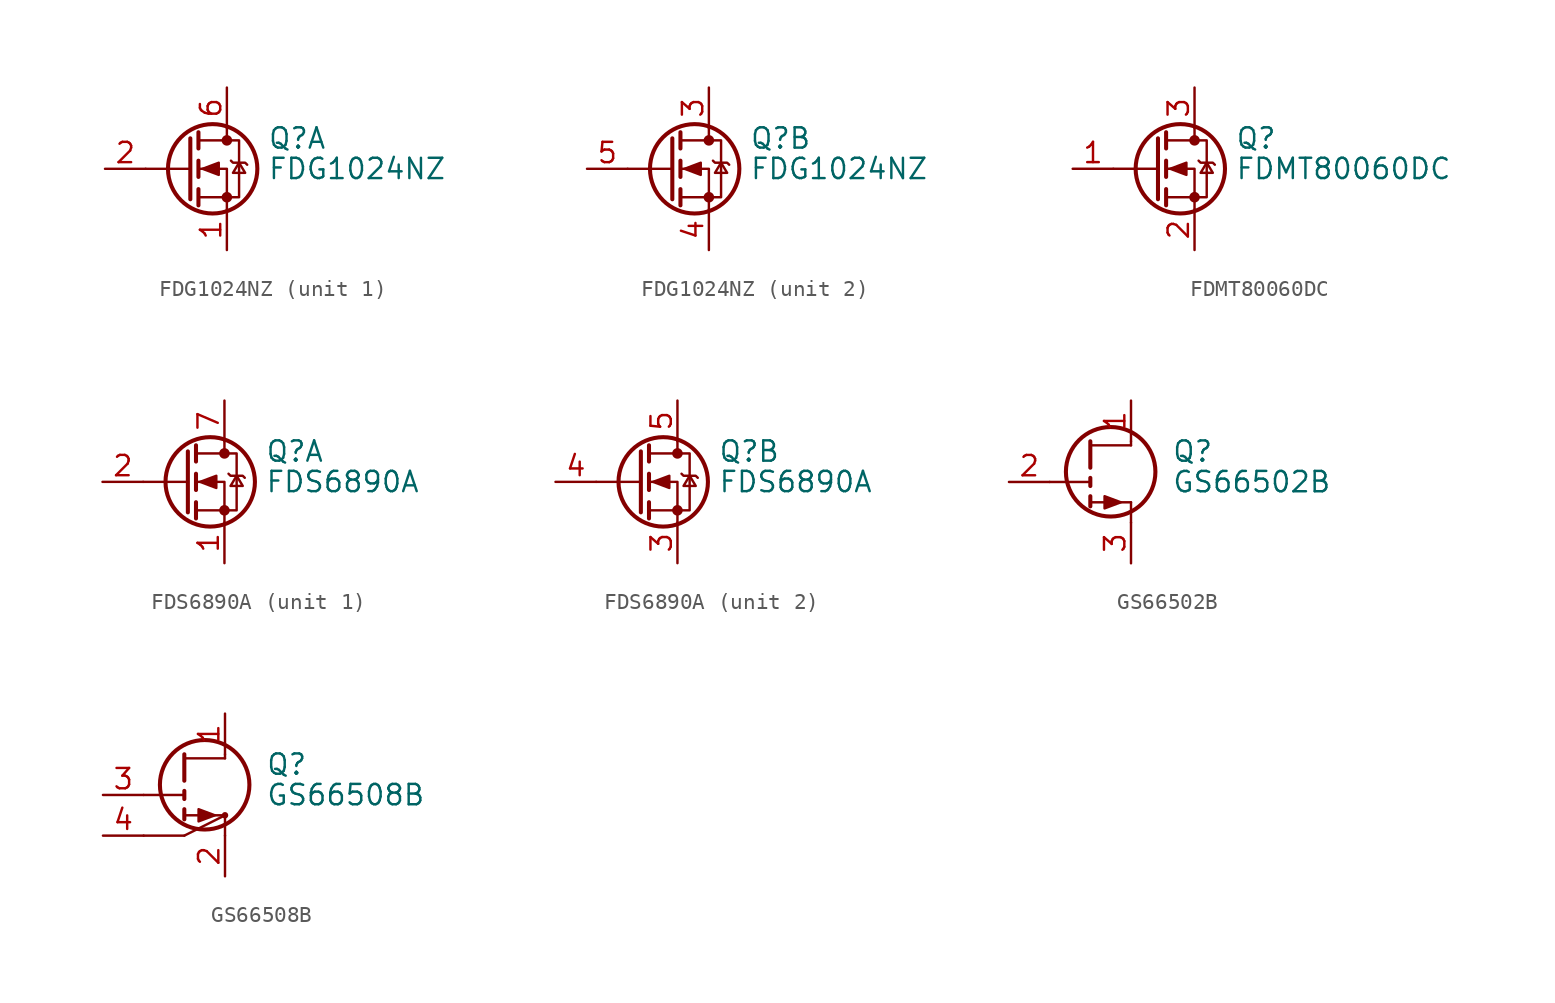
<source format=kicad_sym>
(kicad_symbol_lib
  (version 20241209)
  (generator "kicad_symbol_editor")
  (generator_version "9.0")
  (symbol "FDG1024NZ"
    (pin_names
      (hide yes))
    (property "Reference" "Q"
      (at 5.08 1.905 0)
      (effects (font (size 1.27 1.27)) (justify left)))
    (property "Value" "FDG1024NZ"
      (at 5.08 0 0)
      (effects (font (size 1.27 1.27)) (justify left)))
    (symbol "FDG1024NZ_0_1"
      (polyline (pts (xy 0.254 1.905) (xy 0.254 -1.905)) (stroke (width 0.254) (type default)) (fill (type none)))
      (polyline (pts (xy 0.254 0) (xy -2.54 0)) (stroke (width 0) (type default)) (fill (type none)))
      (polyline (pts (xy 0.762 2.286) (xy 0.762 1.27)) (stroke (width 0.254) (type default)) (fill (type none)))
      (polyline (pts (xy 0.762 0.508) (xy 0.762 -0.508)) (stroke (width 0.254) (type default)) (fill (type none)))
      (polyline (pts (xy 0.762 -1.27) (xy 0.762 -2.286)) (stroke (width 0.254) (type default)) (fill (type none)))
      (polyline (pts (xy 0.762 -1.778) (xy 3.302 -1.778) (xy 3.302 1.778) (xy 0.762 1.778)) (stroke (width 0) (type default)) (fill (type none)))
      (polyline (pts (xy 1.016 0) (xy 2.032 0.381) (xy 2.032 -0.381) (xy 1.016 0)) (stroke (width 0) (type default)) (fill (type outline)))
      (circle (center 1.651 0) (radius 2.794) (stroke (width 0.254) (type default)) (fill (type none)))
      (polyline (pts (xy 2.54 2.54) (xy 2.54 1.778)) (stroke (width 0) (type default)) (fill (type none)))
      (circle (center 2.54 1.778) (radius 0.254) (stroke (width 0) (type default)) (fill (type outline)))
      (circle (center 2.54 -1.778) (radius 0.254) (stroke (width 0) (type default)) (fill (type outline)))
      (polyline (pts (xy 2.54 -2.54) (xy 2.54 0) (xy 0.762 0)) (stroke (width 0) (type default)) (fill (type none)))
      (polyline (pts (xy 2.794 0.508) (xy 2.921 0.381) (xy 3.683 0.381) (xy 3.81 0.254)) (stroke (width 0) (type default)) (fill (type none)))
      (polyline (pts (xy 3.302 0.381) (xy 2.921 -0.254) (xy 3.683 -0.254) (xy 3.302 0.381)) (stroke (width 0) (type default)) (fill (type none))))
    (symbol "FDG1024NZ_1_1"
      (pin passive line (at -5.08 0 0) (length 2.54) (name "G" (effects (font (size 1.27 1.27)))) (number "2" (effects (font (size 1.27 1.27)))))
      (pin passive line (at 2.54 5.08 270) (length 2.54) (name "D" (effects (font (size 1.27 1.27)))) (number "6" (effects (font (size 1.27 1.27)))))
      (pin passive line (at 2.54 -5.08 90) (length 2.54) (name "S" (effects (font (size 1.27 1.27)))) (number "1" (effects (font (size 1.27 1.27))))))
    (symbol "FDG1024NZ_2_1"
      (pin passive line (at -5.08 0 0) (length 2.54) (name "G" (effects (font (size 1.27 1.27)))) (number "5" (effects (font (size 1.27 1.27)))))
      (pin passive line (at 2.54 5.08 270) (length 2.54) (name "D" (effects (font (size 1.27 1.27)))) (number "3" (effects (font (size 1.27 1.27)))))
      (pin passive line (at 2.54 -5.08 90) (length 2.54) (name "S" (effects (font (size 1.27 1.27)))) (number "4" (effects (font (size 1.27 1.27)))))))
  (symbol "FDMT80060DC"
    (pin_names
      (hide yes))
    (property "Reference" "Q"
      (at 5.08 1.905 0)
      (effects (font (size 1.27 1.27)) (justify left)))
    (property "Value" "FDMT80060DC"
      (at 5.08 0 0)
      (effects (font (size 1.27 1.27)) (justify left)))
    (symbol "FDMT80060DC_0_1"
      (polyline (pts (xy 0.254 1.905) (xy 0.254 -1.905)) (stroke (width 0.254) (type default)) (fill (type none)))
      (polyline (pts (xy 0.254 0) (xy -2.54 0)) (stroke (width 0) (type default)) (fill (type none)))
      (polyline (pts (xy 0.762 2.286) (xy 0.762 1.27)) (stroke (width 0.254) (type default)) (fill (type none)))
      (polyline (pts (xy 0.762 0.508) (xy 0.762 -0.508)) (stroke (width 0.254) (type default)) (fill (type none)))
      (polyline (pts (xy 0.762 -1.27) (xy 0.762 -2.286)) (stroke (width 0.254) (type default)) (fill (type none)))
      (polyline (pts (xy 0.762 -1.778) (xy 3.302 -1.778) (xy 3.302 1.778) (xy 0.762 1.778)) (stroke (width 0) (type default)) (fill (type none)))
      (polyline (pts (xy 1.016 0) (xy 2.032 0.381) (xy 2.032 -0.381) (xy 1.016 0)) (stroke (width 0) (type default)) (fill (type outline)))
      (circle (center 1.651 0) (radius 2.794) (stroke (width 0.254) (type default)) (fill (type none)))
      (polyline (pts (xy 2.54 2.54) (xy 2.54 1.778)) (stroke (width 0) (type default)) (fill (type none)))
      (circle (center 2.54 1.778) (radius 0.254) (stroke (width 0) (type default)) (fill (type outline)))
      (circle (center 2.54 -1.778) (radius 0.254) (stroke (width 0) (type default)) (fill (type outline)))
      (polyline (pts (xy 2.54 -2.54) (xy 2.54 0) (xy 0.762 0)) (stroke (width 0) (type default)) (fill (type none)))
      (polyline (pts (xy 2.794 0.508) (xy 2.921 0.381) (xy 3.683 0.381) (xy 3.81 0.254)) (stroke (width 0) (type default)) (fill (type none)))
      (polyline (pts (xy 3.302 0.381) (xy 2.921 -0.254) (xy 3.683 -0.254) (xy 3.302 0.381)) (stroke (width 0) (type default)) (fill (type none))))
    (symbol "FDMT80060DC_1_1"
      (pin passive line (at -5.08 0 0) (length 2.54) (name "G" (effects (font (size 1.27 1.27)))) (number "1" (effects (font (size 1.27 1.27)))))
      (pin passive line (at 2.54 5.08 270) (length 2.54) (name "D" (effects (font (size 1.27 1.27)))) (number "3" (effects (font (size 1.27 1.27)))))
      (pin passive line (at 2.54 -5.08 90) (length 2.54) (name "S" (effects (font (size 1.27 1.27)))) (number "2" (effects (font (size 1.27 1.27)))))))
  (symbol "FDS6890A"
    (pin_names
      (hide yes))
    (property "Reference" "Q"
      (at 5.08 1.905 0)
      (effects (font (size 1.27 1.27)) (justify left)))
    (property "Value" "FDS6890A"
      (at 5.08 0 0)
      (effects (font (size 1.27 1.27)) (justify left)))
    (symbol "FDS6890A_0_1"
      (polyline (pts (xy 0.254 1.905) (xy 0.254 -1.905)) (stroke (width 0.254) (type default)) (fill (type none)))
      (polyline (pts (xy 0.254 0) (xy -2.54 0)) (stroke (width 0) (type default)) (fill (type none)))
      (polyline (pts (xy 0.762 2.286) (xy 0.762 1.27)) (stroke (width 0.254) (type default)) (fill (type none)))
      (polyline (pts (xy 0.762 0.508) (xy 0.762 -0.508)) (stroke (width 0.254) (type default)) (fill (type none)))
      (polyline (pts (xy 0.762 -1.27) (xy 0.762 -2.286)) (stroke (width 0.254) (type default)) (fill (type none)))
      (polyline (pts (xy 0.762 -1.778) (xy 3.302 -1.778) (xy 3.302 1.778) (xy 0.762 1.778)) (stroke (width 0) (type default)) (fill (type none)))
      (polyline (pts (xy 1.016 0) (xy 2.032 0.381) (xy 2.032 -0.381) (xy 1.016 0)) (stroke (width 0) (type default)) (fill (type outline)))
      (circle (center 1.651 0) (radius 2.794) (stroke (width 0.254) (type default)) (fill (type none)))
      (polyline (pts (xy 2.54 2.54) (xy 2.54 1.778)) (stroke (width 0) (type default)) (fill (type none)))
      (circle (center 2.54 1.778) (radius 0.254) (stroke (width 0) (type default)) (fill (type outline)))
      (circle (center 2.54 -1.778) (radius 0.254) (stroke (width 0) (type default)) (fill (type outline)))
      (polyline (pts (xy 2.54 -2.54) (xy 2.54 0) (xy 0.762 0)) (stroke (width 0) (type default)) (fill (type none)))
      (polyline (pts (xy 2.794 0.508) (xy 2.921 0.381) (xy 3.683 0.381) (xy 3.81 0.254)) (stroke (width 0) (type default)) (fill (type none)))
      (polyline (pts (xy 3.302 0.381) (xy 2.921 -0.254) (xy 3.683 -0.254) (xy 3.302 0.381)) (stroke (width 0) (type default)) (fill (type none))))
    (symbol "FDS6890A_1_1"
      (pin passive line (at -5.08 0 0) (length 2.54) (name "G1" (effects (font (size 1.27 1.27)))) (number "2" (effects (font (size 1.27 1.27)))))
      (pin passive line (at 2.54 5.08 270) (length 2.54) (name "D1" (effects (font (size 1.27 1.27)))) (number "7" (effects (font (size 1.27 1.27)))))
      (pin passive line (at 2.54 5.08 270) (length 2.54) (hide yes) (name "D1" (effects (font (size 1.27 1.27)))) (number "8" (effects (font (size 1.27 1.27)))))
      (pin passive line (at 2.54 -5.08 90) (length 2.54) (name "S1" (effects (font (size 1.27 1.27)))) (number "1" (effects (font (size 1.27 1.27))))))
    (symbol "FDS6890A_2_1"
      (pin passive line (at -5.08 0 0) (length 2.54) (name "G2" (effects (font (size 1.27 1.27)))) (number "4" (effects (font (size 1.27 1.27)))))
      (pin passive line (at 2.54 5.08 270) (length 2.54) (name "D2" (effects (font (size 1.27 1.27)))) (number "5" (effects (font (size 1.27 1.27)))))
      (pin passive line (at 2.54 5.08 270) (length 2.54) (hide yes) (name "D2" (effects (font (size 1.27 1.27)))) (number "6" (effects (font (size 1.27 1.27)))))
      (pin passive line (at 2.54 -5.08 90) (length 2.54) (name "S2" (effects (font (size 1.27 1.27)))) (number "3" (effects (font (size 1.27 1.27)))))))
  (symbol "GS66502B"
    (pin_names
      (offset 0)
      (hide yes))
    (property "Reference" "Q"
      (at 5.08 1.905 0)
      (effects (font (size 1.27 1.27)) (justify left)))
    (property "Value" "GS66502B"
      (at 5.08 0 0)
      (effects (font (size 1.27 1.27)) (justify left)))
    (symbol "GS66502B_0_1"
      (polyline (pts (xy 0 2.286) (xy 2.54 2.286)) (stroke (width 0) (type default)) (fill (type none)))
      (polyline (pts (xy 0 0) (xy -2.54 0)) (stroke (width 0) (type default)) (fill (type none)))
      (circle (center 1.27 0.635) (radius 2.794) (stroke (width 0.254) (type default)) (fill (type none)))
      (polyline (pts (xy 1.905 -1.27) (xy 0.889 -0.889) (xy 0.889 -1.651) (xy 1.905 -1.27)) (stroke (width 0) (type default)) (fill (type outline)))
      (polyline (pts (xy 2.54 2.286) (xy 2.54 2.54)) (stroke (width 0) (type default)) (fill (type none)))
      (polyline (pts (xy 2.54 -1.27) (xy 0 -1.27)) (stroke (width 0) (type default)) (fill (type none)))
      (polyline (pts (xy 2.54 -2.54) (xy 2.54 -1.27)) (stroke (width 0) (type default)) (fill (type none))))
    (symbol "GS66502B_1_1"
      (polyline (pts (xy 0 0.889) (xy 0 2.54)) (stroke (width 0.254) (type default)) (fill (type none)))
      (polyline (pts (xy 0 0.254) (xy 0 -0.254)) (stroke (width 0.254) (type default)) (fill (type none)))
      (polyline (pts (xy 0 -0.889) (xy 0 -1.524)) (stroke (width 0.254) (type default)) (fill (type none)))
      (pin input line (at -5.08 0 0) (length 2.54) (name "G" (effects (font (size 1.27 1.27)))) (number "2" (effects (font (size 1.27 1.27)))))
      (pin passive line (at 2.54 5.08 270) (length 2.54) (name "D" (effects (font (size 1.27 1.27)))) (number "1" (effects (font (size 1.27 1.27)))))
      (pin passive line (at 2.54 -5.08 90) (length 2.54) (name "S" (effects (font (size 1.27 1.27)))) (number "3" (effects (font (size 1.27 1.27)))))))
  (symbol "GS66508B"
    (pin_names
      (offset 0)
      (hide yes))
    (property "Reference" "Q"
      (at 5.08 1.905 0)
      (effects (font (size 1.27 1.27)) (justify left)))
    (property "Value" "GS66508B"
      (at 5.08 0 0)
      (effects (font (size 1.27 1.27)) (justify left)))
    (symbol "GS66508B_0_1"
      (polyline (pts (xy -2.54 -2.54) (xy 0 -2.54)) (stroke (width 0) (type default)) (fill (type none)))
      (polyline (pts (xy 0 2.286) (xy 2.54 2.286)) (stroke (width 0) (type default)) (fill (type none)))
      (polyline (pts (xy 0 0) (xy -2.54 0)) (stroke (width 0) (type default)) (fill (type none)))
      (polyline (pts (xy 0 -2.54) (xy 2.54 -1.27)) (stroke (width 0) (type default)) (fill (type none)))
      (circle (center 1.27 0.635) (radius 2.794) (stroke (width 0.254) (type default)) (fill (type none)))
      (polyline (pts (xy 1.905 -1.27) (xy 0.889 -0.889) (xy 0.889 -1.651) (xy 1.905 -1.27)) (stroke (width 0) (type default)) (fill (type outline)))
      (polyline (pts (xy 2.54 2.286) (xy 2.54 2.54)) (stroke (width 0) (type default)) (fill (type none)))
      (polyline (pts (xy 2.54 -1.27) (xy 0 -1.27)) (stroke (width 0) (type default)) (fill (type none)))
      (circle (center 2.54 -1.27) (radius 0.127) (stroke (width 0) (type default)) (fill (type none)))
      (polyline (pts (xy 2.54 -2.54) (xy 2.54 -1.27)) (stroke (width 0) (type default)) (fill (type none))))
    (symbol "GS66508B_1_1"
      (polyline (pts (xy 0 0.889) (xy 0 2.54)) (stroke (width 0.254) (type default)) (fill (type none)))
      (polyline (pts (xy 0 0.254) (xy 0 -0.254)) (stroke (width 0.254) (type default)) (fill (type none)))
      (polyline (pts (xy 0 -0.889) (xy 0 -1.524)) (stroke (width 0.254) (type default)) (fill (type none)))
      (pin input line (at -5.08 0 0) (length 2.54) (name "G" (effects (font (size 1.27 1.27)))) (number "3" (effects (font (size 1.27 1.27)))))
      (pin passive line (at -5.08 -2.54 0) (length 2.54) (name "SS" (effects (font (size 1.27 1.27)))) (number "4" (effects (font (size 1.27 1.27)))))
      (pin passive line (at 2.54 5.08 270) (length 2.54) (name "D" (effects (font (size 1.27 1.27)))) (number "1" (effects (font (size 1.27 1.27)))))
      (pin passive line (at 2.54 -5.08 90) (length 2.54) (name "S" (effects (font (size 1.27 1.27)))) (number "2" (effects (font (size 1.27 1.27))))))))
</source>
